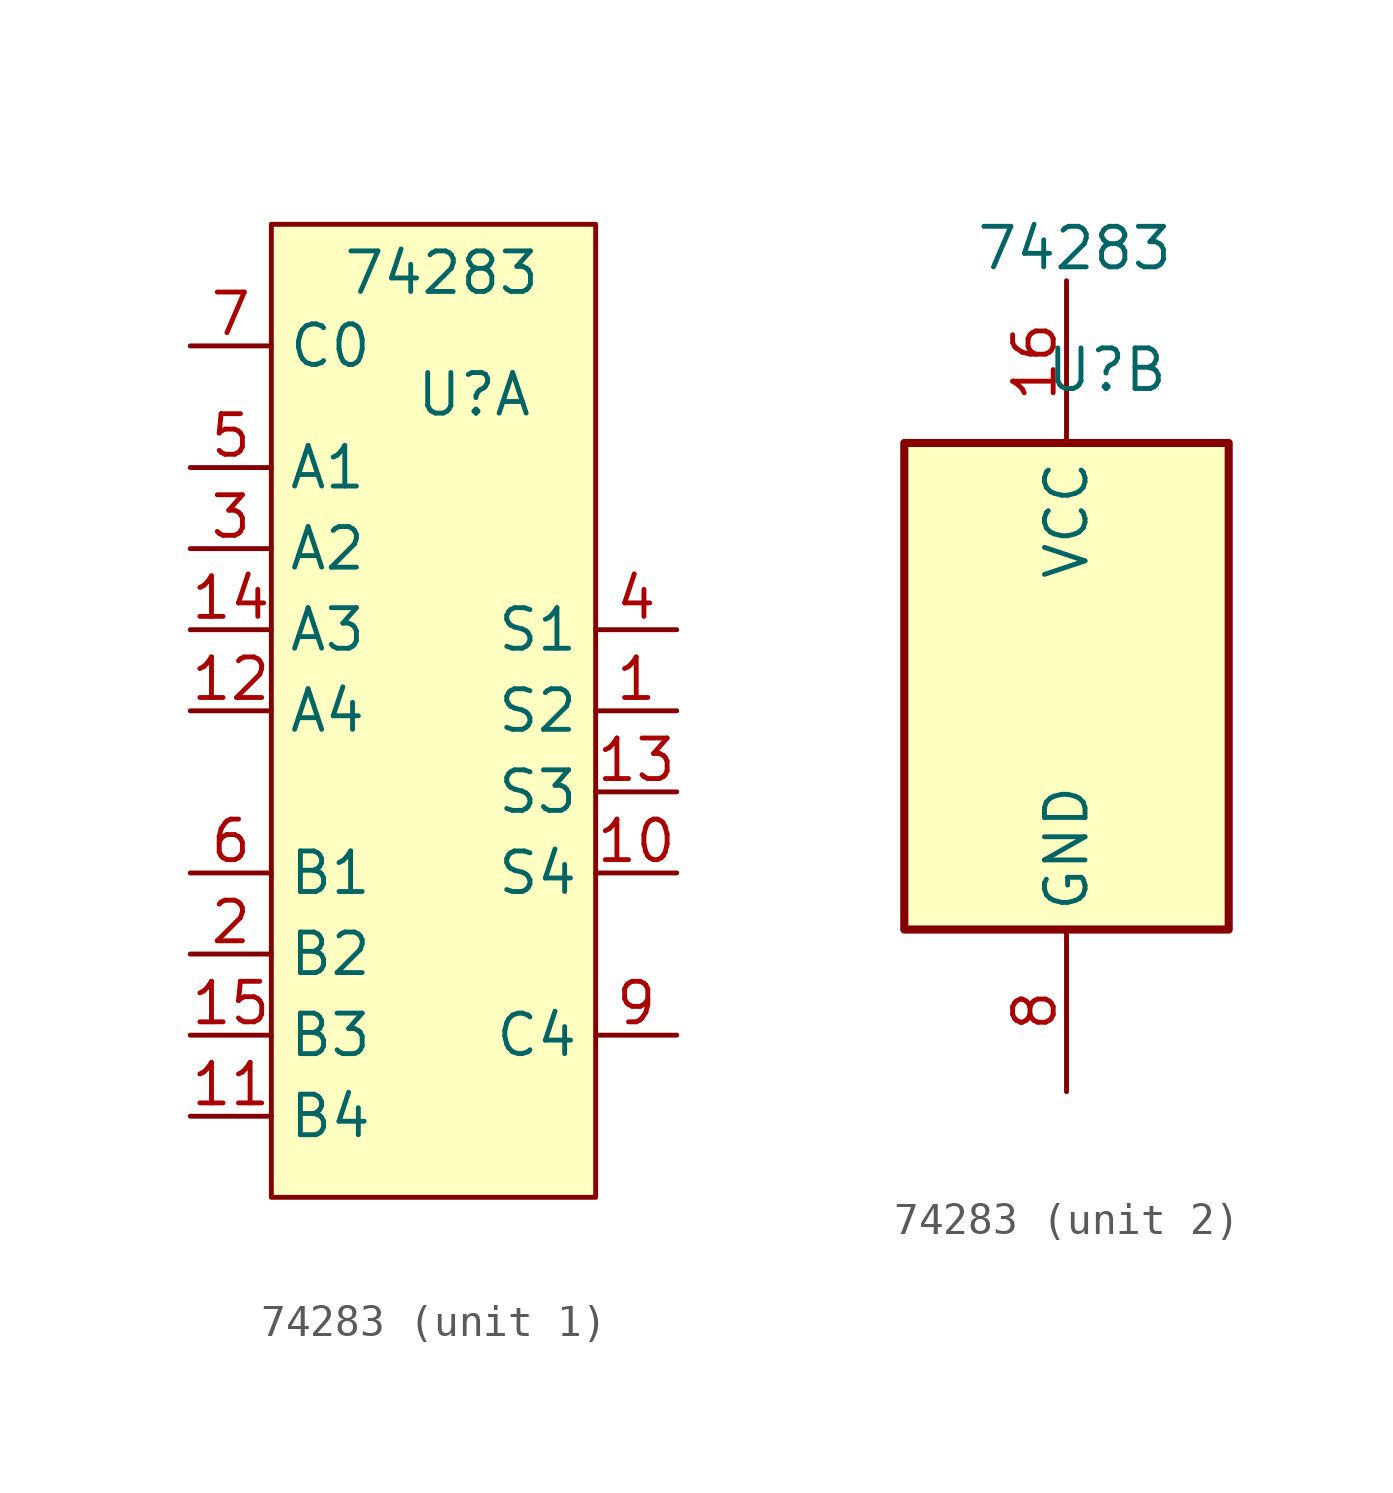
<source format=kicad_sym>
(kicad_symbol_lib
  (version 20241209)
  (generator "kicad_symbol_editor")
  (generator_version "9.0")
  (symbol "74283"
    (property "Reference" "U"
      (at 1.27 9.906 0)
      (effects (font (size 1.27 1.27))))
    (property "Value" "74283"
      (at 0.254 13.716 0)
      (effects (font (size 1.27 1.27))))
    (property "ki_locked" ""
      (at 0 0 0)
      (effects (font (size 1.27 1.27))))
    (symbol "74283_1_1"
      (rectangle (start -5.08 15.24) (end 5.08 -15.24) (stroke (width 0) (type default)) (fill (type background)))
      (pin input line (at -7.62 11.43 0) (length 2.54) (name "C0" (effects (font (size 1.27 1.27)))) (number "7" (effects (font (size 1.27 1.27)))))
      (pin input line (at -7.62 7.62 0) (length 2.54) (name "A1" (effects (font (size 1.27 1.27)))) (number "5" (effects (font (size 1.27 1.27)))))
      (pin input line (at -7.62 5.08 0) (length 2.54) (name "A2" (effects (font (size 1.27 1.27)))) (number "3" (effects (font (size 1.27 1.27)))))
      (pin input line (at -7.62 2.54 0) (length 2.54) (name "A3" (effects (font (size 1.27 1.27)))) (number "14" (effects (font (size 1.27 1.27)))))
      (pin input line (at -7.62 0 0) (length 2.54) (name "A4" (effects (font (size 1.27 1.27)))) (number "12" (effects (font (size 1.27 1.27)))))
      (pin input line (at -7.62 -5.08 0) (length 2.54) (name "B1" (effects (font (size 1.27 1.27)))) (number "6" (effects (font (size 1.27 1.27)))))
      (pin input line (at -7.62 -7.62 0) (length 2.54) (name "B2" (effects (font (size 1.27 1.27)))) (number "2" (effects (font (size 1.27 1.27)))))
      (pin input line (at -7.62 -10.16 0) (length 2.54) (name "B3" (effects (font (size 1.27 1.27)))) (number "15" (effects (font (size 1.27 1.27)))))
      (pin input line (at -7.62 -12.7 0) (length 2.54) (name "B4" (effects (font (size 1.27 1.27)))) (number "11" (effects (font (size 1.27 1.27)))))
      (pin output line (at 7.62 2.54 180) (length 2.54) (name "S1" (effects (font (size 1.27 1.27)))) (number "4" (effects (font (size 1.27 1.27)))))
      (pin output line (at 7.62 0 180) (length 2.54) (name "S2" (effects (font (size 1.27 1.27)))) (number "1" (effects (font (size 1.27 1.27)))))
      (pin output line (at 7.62 -2.54 180) (length 2.54) (name "S3" (effects (font (size 1.27 1.27)))) (number "13" (effects (font (size 1.27 1.27)))))
      (pin output line (at 7.62 -5.08 180) (length 2.54) (name "S4" (effects (font (size 1.27 1.27)))) (number "10" (effects (font (size 1.27 1.27)))))
      (pin output line (at 7.62 -10.16 180) (length 2.54) (name "C4" (effects (font (size 1.27 1.27)))) (number "9" (effects (font (size 1.27 1.27))))))
    (symbol "74283_2_0"
      (pin power_in line (at 0 12.7 270) (length 5.08) (name "VCC" (effects (font (size 1.27 1.27)))) (number "16" (effects (font (size 1.27 1.27)))))
      (pin power_in line (at 0 -12.7 90) (length 5.08) (name "GND" (effects (font (size 1.27 1.27)))) (number "8" (effects (font (size 1.27 1.27))))))
    (symbol "74283_2_1"
      (rectangle (start -5.08 7.62) (end 5.08 -7.62) (stroke (width 0.254) (type default)) (fill (type background))))))
</source>
